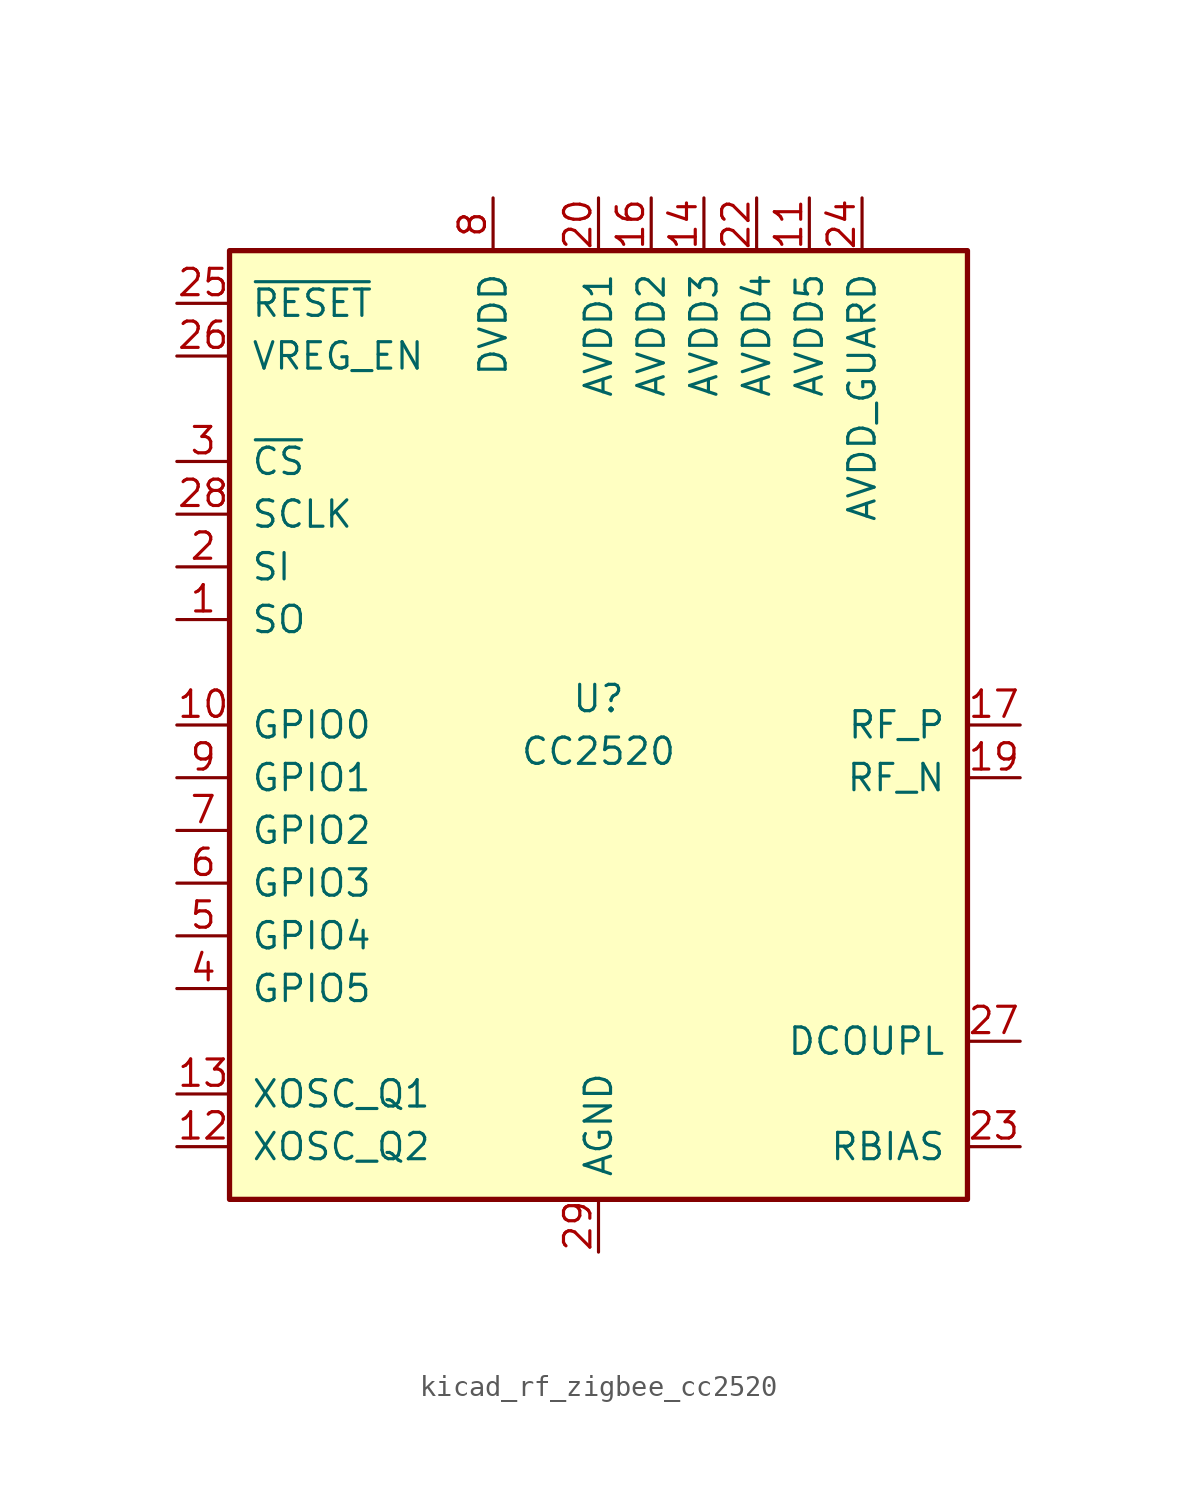
<source format=kicad_sym>
(kicad_symbol_lib
  (version 20220914)
  (generator kicad_symbol_editor)
  (symbol "kicad_rf_zigbee_cc2520"
    (pin_names
      (offset 1.016))
    (property "Reference" "U"
      (at 0 1.27 0)
      (effects (font (size 1.27 1.27))))
    (property "Value" "CC2520"
      (at 0 -1.27 0)
      (effects (font (size 1.27 1.27))))
    (symbol "kicad_rf_zigbee_cc2520_0_1"
      (rectangle (start -17.78 22.86) (end 17.78 -22.86) (stroke (width 0.254) (type default)) (fill (type background))))
    (symbol "kicad_rf_zigbee_cc2520_1_1"
      (pin output line (at -20.32 5.08 0) (length 2.54) (name "SO" (effects (font (size 1.27 1.27)))) (number "1" (effects (font (size 1.27 1.27)))))
      (pin bidirectional line (at -20.32 0 0) (length 2.54) (name "GPIO0" (effects (font (size 1.27 1.27)))) (number "10" (effects (font (size 1.27 1.27)))))
      (pin power_in line (at 10.16 25.4 270) (length 2.54) (name "AVDD5" (effects (font (size 1.27 1.27)))) (number "11" (effects (font (size 1.27 1.27)))))
      (pin passive line (at -20.32 -20.32 0) (length 2.54) (name "XOSC_Q2" (effects (font (size 1.27 1.27)))) (number "12" (effects (font (size 1.27 1.27)))))
      (pin passive line (at -20.32 -17.78 0) (length 2.54) (name "XOSC_Q1" (effects (font (size 1.27 1.27)))) (number "13" (effects (font (size 1.27 1.27)))))
      (pin power_in line (at 5.08 25.4 270) (length 2.54) (name "AVDD3" (effects (font (size 1.27 1.27)))) (number "14" (effects (font (size 1.27 1.27)))))
      (pin no_connect line (at 2.54 -22.86 90) (length 2.54) hide (name "NC" (effects (font (size 1.27 1.27)))) (number "15" (effects (font (size 1.27 1.27)))))
      (pin power_in line (at 2.54 25.4 270) (length 2.54) (name "AVDD2" (effects (font (size 1.27 1.27)))) (number "16" (effects (font (size 1.27 1.27)))))
      (pin passive line (at 20.32 0 180) (length 2.54) (name "RF_P" (effects (font (size 1.27 1.27)))) (number "17" (effects (font (size 1.27 1.27)))))
      (pin passive line (at 20.32 -2.54 180) (length 2.54) (name "RF_N" (effects (font (size 1.27 1.27)))) (number "19" (effects (font (size 1.27 1.27)))))
      (pin input line (at -20.32 7.62 0) (length 2.54) (name "SI" (effects (font (size 1.27 1.27)))) (number "2" (effects (font (size 1.27 1.27)))))
      (pin power_in line (at 0 25.4 270) (length 2.54) (name "AVDD1" (effects (font (size 1.27 1.27)))) (number "20" (effects (font (size 1.27 1.27)))))
      (pin no_connect line (at 5.08 -22.86 90) (length 2.54) hide (name "NC" (effects (font (size 1.27 1.27)))) (number "21" (effects (font (size 1.27 1.27)))))
      (pin power_in line (at 7.62 25.4 270) (length 2.54) (name "AVDD4" (effects (font (size 1.27 1.27)))) (number "22" (effects (font (size 1.27 1.27)))))
      (pin passive line (at 20.32 -20.32 180) (length 2.54) (name "RBIAS" (effects (font (size 1.27 1.27)))) (number "23" (effects (font (size 1.27 1.27)))))
      (pin power_in line (at 12.7 25.4 270) (length 2.54) (name "AVDD_GUARD" (effects (font (size 1.27 1.27)))) (number "24" (effects (font (size 1.27 1.27)))))
      (pin input line (at -20.32 20.32 0) (length 2.54) (name "~{RESET}" (effects (font (size 1.27 1.27)))) (number "25" (effects (font (size 1.27 1.27)))))
      (pin input line (at -20.32 17.78 0) (length 2.54) (name "VREG_EN" (effects (font (size 1.27 1.27)))) (number "26" (effects (font (size 1.27 1.27)))))
      (pin passive line (at 20.32 -15.24 180) (length 2.54) (name "DCOUPL" (effects (font (size 1.27 1.27)))) (number "27" (effects (font (size 1.27 1.27)))))
      (pin input line (at -20.32 10.16 0) (length 2.54) (name "SCLK" (effects (font (size 1.27 1.27)))) (number "28" (effects (font (size 1.27 1.27)))))
      (pin power_in line (at 0 -25.4 90) (length 2.54) (name "AGND" (effects (font (size 1.27 1.27)))) (number "29" (effects (font (size 1.27 1.27)))))
      (pin input line (at -20.32 12.7 0) (length 2.54) (name "~{CS}" (effects (font (size 1.27 1.27)))) (number "3" (effects (font (size 1.27 1.27)))))
      (pin bidirectional line (at -20.32 -12.7 0) (length 2.54) (name "GPIO5" (effects (font (size 1.27 1.27)))) (number "4" (effects (font (size 1.27 1.27)))))
      (pin bidirectional line (at -20.32 -10.16 0) (length 2.54) (name "GPIO4" (effects (font (size 1.27 1.27)))) (number "5" (effects (font (size 1.27 1.27)))))
      (pin bidirectional line (at -20.32 -7.62 0) (length 2.54) (name "GPIO3" (effects (font (size 1.27 1.27)))) (number "6" (effects (font (size 1.27 1.27)))))
      (pin bidirectional line (at -20.32 -5.08 0) (length 2.54) (name "GPIO2" (effects (font (size 1.27 1.27)))) (number "7" (effects (font (size 1.27 1.27)))))
      (pin power_in line (at -5.08 25.4 270) (length 2.54) (name "DVDD" (effects (font (size 1.27 1.27)))) (number "8" (effects (font (size 1.27 1.27)))))
      (pin bidirectional line (at -20.32 -2.54 0) (length 2.54) (name "GPIO1" (effects (font (size 1.27 1.27)))) (number "9" (effects (font (size 1.27 1.27))))))))
</source>
